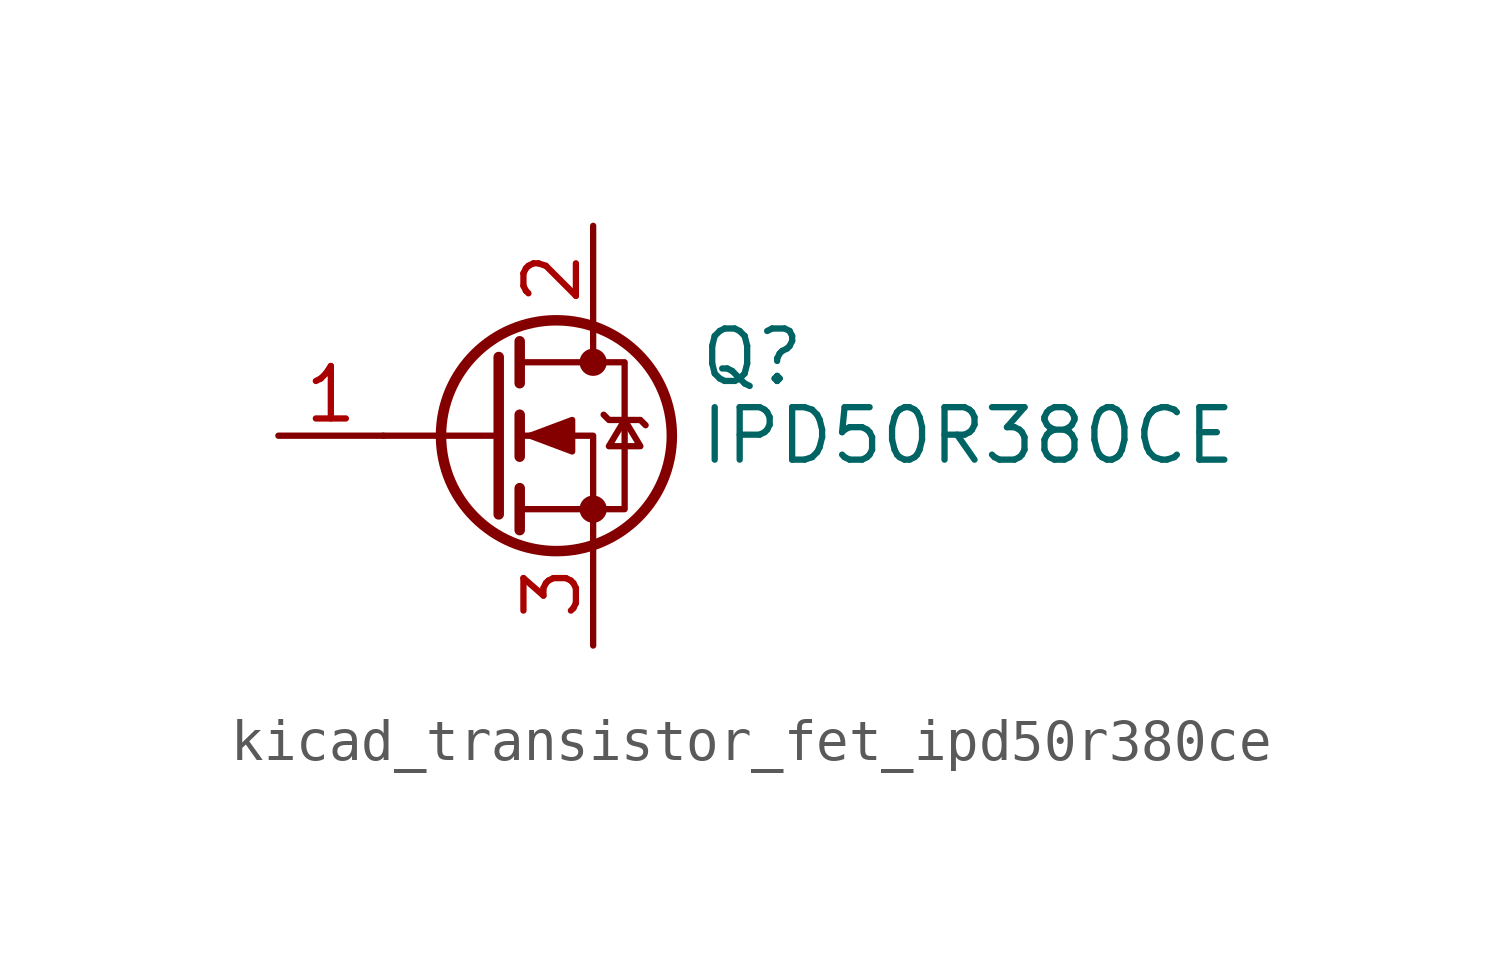
<source format=kicad_sym>
(kicad_symbol_lib
  (version 20220914)
  (generator kicad_symbol_editor)
  (symbol "kicad_transistor_fet_ipd50r380ce"
    (pin_names hide)
    (property "Reference" "Q"
      (at 5.08 1.905 0)
      (effects (font (size 1.27 1.27)) (justify left)))
    (property "Value" "IPD50R380CE"
      (at 5.08 0 0)
      (effects (font (size 1.27 1.27)) (justify left)))
    (symbol "kicad_transistor_fet_ipd50r380ce_0_1"
      (polyline (pts (xy 0.254 0) (xy -2.54 0)) (stroke (width 0) (type default)) (fill (type none)))
      (polyline (pts (xy 0.254 1.905) (xy 0.254 -1.905)) (stroke (width 0.254) (type default)) (fill (type none)))
      (polyline (pts (xy 0.762 -1.27) (xy 0.762 -2.286)) (stroke (width 0.254) (type default)) (fill (type none)))
      (polyline (pts (xy 0.762 0.508) (xy 0.762 -0.508)) (stroke (width 0.254) (type default)) (fill (type none)))
      (polyline (pts (xy 0.762 2.286) (xy 0.762 1.27)) (stroke (width 0.254) (type default)) (fill (type none)))
      (polyline (pts (xy 2.54 2.54) (xy 2.54 1.778)) (stroke (width 0) (type default)) (fill (type none)))
      (polyline (pts (xy 2.54 -2.54) (xy 2.54 0) (xy 0.762 0)) (stroke (width 0) (type default)) (fill (type none)))
      (polyline (pts (xy 0.762 -1.778) (xy 3.302 -1.778) (xy 3.302 1.778) (xy 0.762 1.778)) (stroke (width 0) (type default)) (fill (type none)))
      (polyline (pts (xy 1.016 0) (xy 2.032 0.381) (xy 2.032 -0.381) (xy 1.016 0)) (stroke (width 0) (type default)) (fill (type outline)))
      (polyline (pts (xy 2.794 0.508) (xy 2.921 0.381) (xy 3.683 0.381) (xy 3.81 0.254)) (stroke (width 0) (type default)) (fill (type none)))
      (polyline (pts (xy 3.302 0.381) (xy 2.921 -0.254) (xy 3.683 -0.254) (xy 3.302 0.381)) (stroke (width 0) (type default)) (fill (type none)))
      (circle (center 1.651 0) (radius 2.794) (stroke (width 0.254) (type default)) (fill (type none)))
      (circle (center 2.54 -1.778) (radius 0.254) (stroke (width 0) (type default)) (fill (type outline)))
      (circle (center 2.54 1.778) (radius 0.254) (stroke (width 0) (type default)) (fill (type outline))))
    (symbol "kicad_transistor_fet_ipd50r380ce_1_1"
      (pin input line (at -5.08 0 0) (length 2.54) (name "G" (effects (font (size 1.27 1.27)))) (number "1" (effects (font (size 1.27 1.27)))))
      (pin passive line (at 2.54 5.08 270) (length 2.54) (name "D" (effects (font (size 1.27 1.27)))) (number "2" (effects (font (size 1.27 1.27)))))
      (pin passive line (at 2.54 -5.08 90) (length 2.54) (name "S" (effects (font (size 1.27 1.27)))) (number "3" (effects (font (size 1.27 1.27))))))))
</source>
